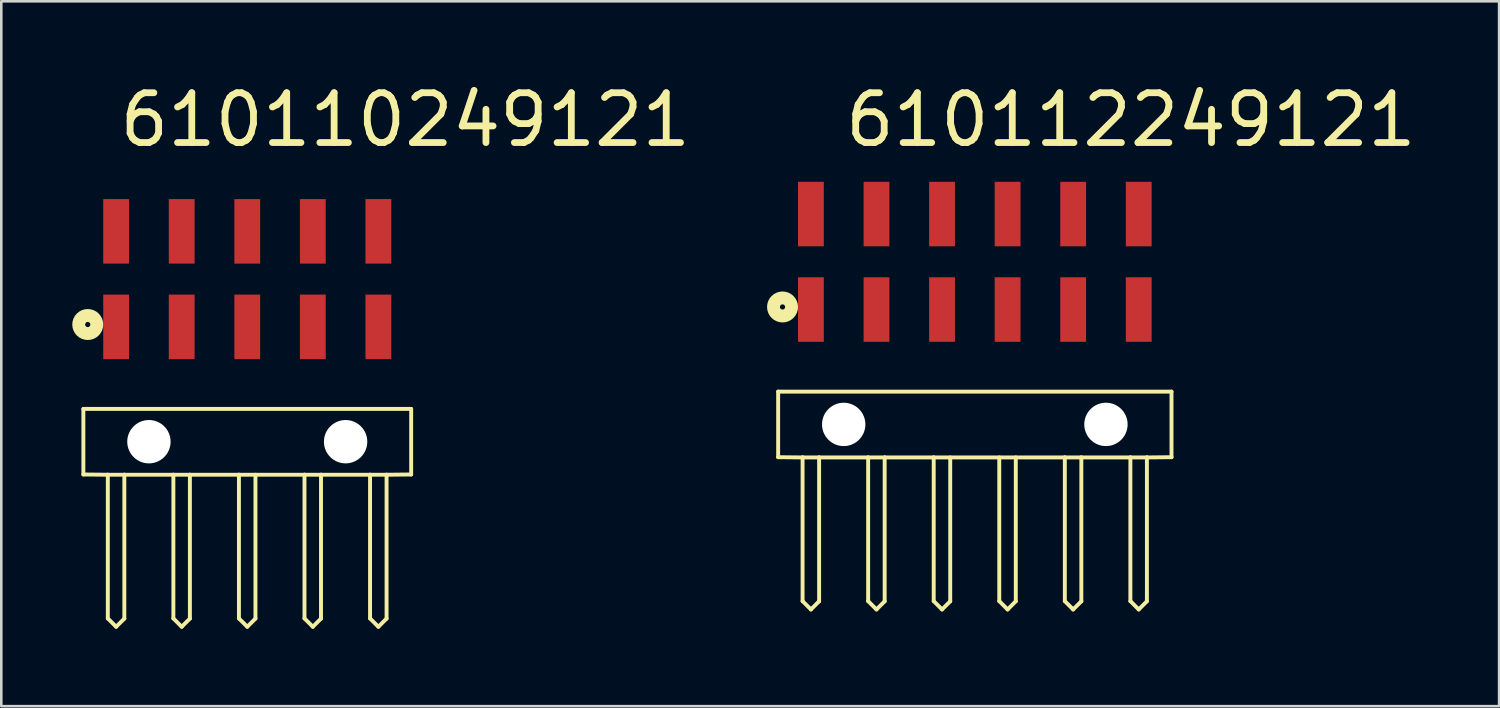
<source format=kicad_pcb>
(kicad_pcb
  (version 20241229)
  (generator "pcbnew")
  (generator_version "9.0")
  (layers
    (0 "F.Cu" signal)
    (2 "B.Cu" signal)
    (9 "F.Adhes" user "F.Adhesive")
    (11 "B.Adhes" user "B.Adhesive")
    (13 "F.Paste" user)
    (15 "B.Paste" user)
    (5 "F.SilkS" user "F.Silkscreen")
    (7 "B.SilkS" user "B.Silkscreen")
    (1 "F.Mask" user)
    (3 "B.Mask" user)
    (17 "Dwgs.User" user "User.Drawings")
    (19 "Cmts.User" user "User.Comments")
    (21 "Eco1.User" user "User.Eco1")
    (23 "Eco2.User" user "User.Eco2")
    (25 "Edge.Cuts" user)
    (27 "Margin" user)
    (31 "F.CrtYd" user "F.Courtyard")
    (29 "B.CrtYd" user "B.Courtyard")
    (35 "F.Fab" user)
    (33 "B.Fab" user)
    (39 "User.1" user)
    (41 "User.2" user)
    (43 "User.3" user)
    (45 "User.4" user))
  (footprint "610110249121"
    (layer "F.Cu")
    (at 6.53 14.063)
    (property "Reference" "610110249121" (at -5.08 -11.34 0) (layer "F.SilkS") (effects (font (size 1.93 1.93) (thickness 0.264)) (justify left bottom)))
    (attr through_hole)
    (fp_line (start -6.35 -1.27) (end -6.35 1.27) (stroke (width 0.152) (type solid)) (layer "F.SilkS"))
    (fp_line (start -5.403 1.28) (end -6.35 1.27) (stroke (width 0.152) (type solid)) (layer "F.SilkS"))
    (fp_line (start -5.403 1.28) (end -5.403 6.847) (stroke (width 0.152) (type solid)) (layer "F.SilkS"))
    (fp_line (start -5.08 7.17) (end -5.403 6.847) (stroke (width 0.152) (type solid)) (layer "F.SilkS"))
    (fp_line (start -4.763 1.28) (end -5.403 1.28) (stroke (width 0.152) (type solid)) (layer "F.SilkS"))
    (fp_line (start -4.763 1.28) (end -4.763 6.853) (stroke (width 0.152) (type solid)) (layer "F.SilkS"))
    (fp_line (start -4.763 6.853) (end -5.08 7.17) (stroke (width 0.152) (type solid)) (layer "F.SilkS"))
    (fp_line (start -2.863 1.28) (end -4.763 1.28) (stroke (width 0.152) (type solid)) (layer "F.SilkS"))
    (fp_line (start -2.863 1.28) (end -2.863 6.847) (stroke (width 0.152) (type solid)) (layer "F.SilkS"))
    (fp_line (start -2.54 7.17) (end -2.863 6.847) (stroke (width 0.152) (type solid)) (layer "F.SilkS"))
    (fp_line (start -2.223 1.28) (end -2.863 1.28) (stroke (width 0.152) (type solid)) (layer "F.SilkS"))
    (fp_line (start -2.223 1.28) (end -2.223 6.853) (stroke (width 0.152) (type solid)) (layer "F.SilkS"))
    (fp_line (start -2.223 6.853) (end -2.54 7.17) (stroke (width 0.152) (type solid)) (layer "F.SilkS"))
    (fp_line (start -0.323 1.28) (end -2.223 1.28) (stroke (width 0.152) (type solid)) (layer "F.SilkS"))
    (fp_line (start -0.323 1.28) (end -0.323 6.847) (stroke (width 0.152) (type solid)) (layer "F.SilkS"))
    (fp_line (start 0 7.17) (end -0.323 6.847) (stroke (width 0.152) (type solid)) (layer "F.SilkS"))
    (fp_line (start 0.317 1.28) (end 0.317 6.853) (stroke (width 0.152) (type solid)) (layer "F.SilkS"))
    (fp_line (start 0.317 6.853) (end 0 7.17) (stroke (width 0.152) (type solid)) (layer "F.SilkS"))
    (fp_line (start 2.217 1.28) (end -0.323 1.28) (stroke (width 0.152) (type solid)) (layer "F.SilkS"))
    (fp_line (start 2.217 1.28) (end 2.217 6.847) (stroke (width 0.152) (type solid)) (layer "F.SilkS"))
    (fp_line (start 2.54 7.17) (end 2.217 6.847) (stroke (width 0.152) (type solid)) (layer "F.SilkS"))
    (fp_line (start 2.857 1.28) (end 2.217 1.28) (stroke (width 0.152) (type solid)) (layer "F.SilkS"))
    (fp_line (start 2.857 1.28) (end 2.857 6.853) (stroke (width 0.152) (type solid)) (layer "F.SilkS"))
    (fp_line (start 2.857 6.853) (end 2.54 7.17) (stroke (width 0.152) (type solid)) (layer "F.SilkS"))
    (fp_line (start 4.757 1.28) (end 2.857 1.28) (stroke (width 0.152) (type solid)) (layer "F.SilkS"))
    (fp_line (start 4.757 1.28) (end 4.757 6.847) (stroke (width 0.152) (type solid)) (layer "F.SilkS"))
    (fp_line (start 5.08 7.17) (end 4.757 6.847) (stroke (width 0.152) (type solid)) (layer "F.SilkS"))
    (fp_line (start 5.397 1.28) (end 4.757 1.28) (stroke (width 0.152) (type solid)) (layer "F.SilkS"))
    (fp_line (start 5.397 1.28) (end 5.397 6.853) (stroke (width 0.152) (type solid)) (layer "F.SilkS"))
    (fp_line (start 5.397 6.853) (end 5.08 7.17) (stroke (width 0.152) (type solid)) (layer "F.SilkS"))
    (fp_line (start 6.35 -1.27) (end -6.35 -1.27) (stroke (width 0.152) (type solid)) (layer "F.SilkS"))
    (fp_line (start 6.35 -1.27) (end 6.35 1.27) (stroke (width 0.152) (type solid)) (layer "F.SilkS"))
    (fp_line (start 6.35 1.27) (end 5.397 1.28) (stroke (width 0.152) (type solid)) (layer "F.SilkS"))
    (fp_circle (center -6.18 -4.54) (end -6.08 -4.54) (stroke (width 0.5) (type solid)) (fill no) (layer "F.SilkS"))
    (pad "" np_thru_hole circle (at -3.81 0) (size 1.68 1.68) (drill 1.68) (layers "*.Cu"))
    (pad "" np_thru_hole circle (at 3.81 0) (size 1.68 1.68) (drill 1.68) (layers "*.Cu"))
    (pad "1" smd rect (at -5.08 -4.45) (size 1 2.5) (layers "F.Cu" "F.Mask" "F.Paste"))
    (pad "2" smd rect (at -2.54 -4.45) (size 1 2.5) (layers "F.Cu" "F.Mask" "F.Paste"))
    (pad "3" smd rect (at 0 -4.45) (size 1 2.5) (layers "F.Cu" "F.Mask" "F.Paste"))
    (pad "4" smd rect (at 2.54 -4.45) (size 1 2.5) (layers "F.Cu" "F.Mask" "F.Paste"))
    (pad "5" smd rect (at 5.08 -4.45) (size 1 2.5) (layers "F.Cu" "F.Mask" "F.Paste"))
    (pad "6" smd rect (at 5.08 -8.15) (size 1 2.5) (layers "F.Cu" "F.Mask" "F.Paste"))
    (pad "7" smd rect (at 2.54 -8.15) (size 1 2.5) (layers "F.Cu" "F.Mask" "F.Paste"))
    (pad "8" smd rect (at 0 -8.15) (size 1 2.5) (layers "F.Cu" "F.Mask" "F.Paste"))
    (pad "9" smd rect (at -2.54 -8.15) (size 1 2.5) (layers "F.Cu" "F.Mask" "F.Paste"))
    (pad "10" smd rect (at -5.08 -8.15) (size 1 2.5) (layers "F.Cu" "F.Mask" "F.Paste")))
  (footprint "610112249121"
    (layer "F.Cu")
    (at 34.718 13.393)
    (property "Reference" "610112249121" (at -5.156 -10.67 0) (layer "F.SilkS") (effects (font (size 1.93 1.93) (thickness 0.264)) (justify left bottom)))
    (attr through_hole)
    (fp_line (start -7.62 -1.27) (end -7.62 1.27) (stroke (width 0.152) (type solid)) (layer "F.SilkS"))
    (fp_line (start -6.673 1.28) (end -7.62 1.27) (stroke (width 0.152) (type solid)) (layer "F.SilkS"))
    (fp_line (start -6.673 1.28) (end -6.673 6.847) (stroke (width 0.152) (type solid)) (layer "F.SilkS"))
    (fp_line (start -6.35 7.17) (end -6.673 6.847) (stroke (width 0.152) (type solid)) (layer "F.SilkS"))
    (fp_line (start -6.033 1.28) (end -6.673 1.28) (stroke (width 0.152) (type solid)) (layer "F.SilkS"))
    (fp_line (start -6.033 1.28) (end -6.033 6.853) (stroke (width 0.152) (type solid)) (layer "F.SilkS"))
    (fp_line (start -6.033 6.853) (end -6.35 7.17) (stroke (width 0.152) (type solid)) (layer "F.SilkS"))
    (fp_line (start -4.133 1.28) (end -6.033 1.28) (stroke (width 0.152) (type solid)) (layer "F.SilkS"))
    (fp_line (start -4.133 1.28) (end -4.133 6.847) (stroke (width 0.152) (type solid)) (layer "F.SilkS"))
    (fp_line (start -3.81 7.17) (end -4.133 6.847) (stroke (width 0.152) (type solid)) (layer "F.SilkS"))
    (fp_line (start -3.493 1.28) (end -4.133 1.28) (stroke (width 0.152) (type solid)) (layer "F.SilkS"))
    (fp_line (start -3.493 1.28) (end -3.493 6.853) (stroke (width 0.152) (type solid)) (layer "F.SilkS"))
    (fp_line (start -3.493 6.853) (end -3.81 7.17) (stroke (width 0.152) (type solid)) (layer "F.SilkS"))
    (fp_line (start -1.593 1.28) (end -3.493 1.28) (stroke (width 0.152) (type solid)) (layer "F.SilkS"))
    (fp_line (start -1.593 1.28) (end -1.593 6.847) (stroke (width 0.152) (type solid)) (layer "F.SilkS"))
    (fp_line (start -1.27 7.17) (end -1.593 6.847) (stroke (width 0.152) (type solid)) (layer "F.SilkS"))
    (fp_line (start -0.953 1.28) (end -0.953 6.853) (stroke (width 0.152) (type solid)) (layer "F.SilkS"))
    (fp_line (start -0.953 6.853) (end -1.27 7.17) (stroke (width 0.152) (type solid)) (layer "F.SilkS"))
    (fp_line (start 0.947 1.28) (end 0.947 6.847) (stroke (width 0.152) (type solid)) (layer "F.SilkS"))
    (fp_line (start 1.27 7.17) (end 0.947 6.847) (stroke (width 0.152) (type solid)) (layer "F.SilkS"))
    (fp_line (start 1.587 1.28) (end 1.587 6.853) (stroke (width 0.152) (type solid)) (layer "F.SilkS"))
    (fp_line (start 1.587 6.853) (end 1.27 7.17) (stroke (width 0.152) (type solid)) (layer "F.SilkS"))
    (fp_line (start 3.487 1.28) (end -1.593 1.28) (stroke (width 0.152) (type solid)) (layer "F.SilkS"))
    (fp_line (start 3.487 1.28) (end 3.487 6.847) (stroke (width 0.152) (type solid)) (layer "F.SilkS"))
    (fp_line (start 3.81 7.17) (end 3.487 6.847) (stroke (width 0.152) (type solid)) (layer "F.SilkS"))
    (fp_line (start 4.127 1.28) (end 3.487 1.28) (stroke (width 0.152) (type solid)) (layer "F.SilkS"))
    (fp_line (start 4.127 1.28) (end 4.127 6.853) (stroke (width 0.152) (type solid)) (layer "F.SilkS"))
    (fp_line (start 4.127 6.853) (end 3.81 7.17) (stroke (width 0.152) (type solid)) (layer "F.SilkS"))
    (fp_line (start 6.027 1.28) (end 4.127 1.28) (stroke (width 0.152) (type solid)) (layer "F.SilkS"))
    (fp_line (start 6.027 1.28) (end 6.027 6.847) (stroke (width 0.152) (type solid)) (layer "F.SilkS"))
    (fp_line (start 6.35 7.17) (end 6.027 6.847) (stroke (width 0.152) (type solid)) (layer "F.SilkS"))
    (fp_line (start 6.667 1.28) (end 6.027 1.28) (stroke (width 0.152) (type solid)) (layer "F.SilkS"))
    (fp_line (start 6.667 1.28) (end 6.667 6.853) (stroke (width 0.152) (type solid)) (layer "F.SilkS"))
    (fp_line (start 6.667 6.853) (end 6.35 7.17) (stroke (width 0.152) (type solid)) (layer "F.SilkS"))
    (fp_line (start 7.62 -1.27) (end -7.62 -1.27) (stroke (width 0.152) (type solid)) (layer "F.SilkS"))
    (fp_line (start 7.62 -1.27) (end 7.62 1.27) (stroke (width 0.152) (type solid)) (layer "F.SilkS"))
    (fp_line (start 7.62 1.27) (end 6.667 1.28) (stroke (width 0.152) (type solid)) (layer "F.SilkS"))
    (fp_circle (center -7.45 -4.55) (end -7.35 -4.55) (stroke (width 0.5) (type solid)) (fill no) (layer "F.SilkS"))
    (pad "" np_thru_hole circle (at -5.08 0) (size 1.68 1.68) (drill 1.68) (layers "*.Cu"))
    (pad "" np_thru_hole circle (at 5.08 0) (size 1.68 1.68) (drill 1.68) (layers "*.Cu"))
    (pad "1" smd rect (at -6.35 -4.45) (size 1 2.5) (layers "F.Cu" "F.Mask" "F.Paste"))
    (pad "2" smd rect (at -3.81 -4.45) (size 1 2.5) (layers "F.Cu" "F.Mask" "F.Paste"))
    (pad "3" smd rect (at -1.27 -4.45) (size 1 2.5) (layers "F.Cu" "F.Mask" "F.Paste"))
    (pad "4" smd rect (at 1.27 -4.45) (size 1 2.5) (layers "F.Cu" "F.Mask" "F.Paste"))
    (pad "5" smd rect (at 3.81 -4.45) (size 1 2.5) (layers "F.Cu" "F.Mask" "F.Paste"))
    (pad "6" smd rect (at 6.35 -4.45) (size 1 2.5) (layers "F.Cu" "F.Mask" "F.Paste"))
    (pad "7" smd rect (at 6.35 -8.15) (size 1 2.5) (layers "F.Cu" "F.Mask" "F.Paste"))
    (pad "8" smd rect (at 3.81 -8.15) (size 1 2.5) (layers "F.Cu" "F.Mask" "F.Paste"))
    (pad "9" smd rect (at 1.27 -8.15) (size 1 2.5) (layers "F.Cu" "F.Mask" "F.Paste"))
    (pad "10" smd rect (at -1.27 -8.15) (size 1 2.5) (layers "F.Cu" "F.Mask" "F.Paste"))
    (pad "11" smd rect (at -3.81 -8.15) (size 1 2.5) (layers "F.Cu" "F.Mask" "F.Paste"))
    (pad "12" smd rect (at -6.35 -8.15) (size 1 2.5) (layers "F.Cu" "F.Mask" "F.Paste")))
  (gr_rect
    (start -3 -3)
    (end 55.03 24.309)
    (stroke (width 0.1) (type default))
    (fill no)
    (layer "Edge.Cuts")))
</source>
